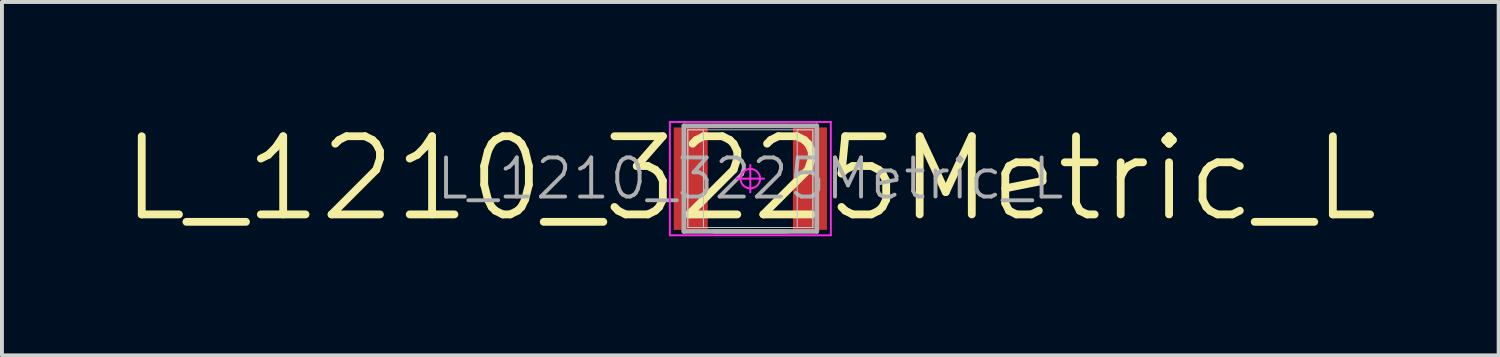
<source format=kicad_pcb>
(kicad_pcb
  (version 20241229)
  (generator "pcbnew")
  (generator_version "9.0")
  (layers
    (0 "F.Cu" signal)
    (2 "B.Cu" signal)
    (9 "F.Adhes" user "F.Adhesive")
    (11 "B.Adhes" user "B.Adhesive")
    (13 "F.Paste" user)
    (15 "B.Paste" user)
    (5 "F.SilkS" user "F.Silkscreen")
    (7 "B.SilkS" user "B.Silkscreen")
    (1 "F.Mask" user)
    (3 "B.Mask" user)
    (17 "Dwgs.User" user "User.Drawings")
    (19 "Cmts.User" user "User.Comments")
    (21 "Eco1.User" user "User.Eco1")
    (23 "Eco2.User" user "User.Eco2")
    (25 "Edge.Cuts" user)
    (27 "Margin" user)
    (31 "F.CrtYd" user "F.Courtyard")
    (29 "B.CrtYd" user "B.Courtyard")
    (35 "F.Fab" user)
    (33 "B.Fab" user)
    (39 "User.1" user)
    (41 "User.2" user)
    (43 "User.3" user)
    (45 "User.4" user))
  (footprint "L_1210_3225Metric_L"
    (layer "F.Cu")
    (at 16.148 1.521)
    (property "Reference" "L_1210_3225Metric_L" (at 0 0 0) (layer "F.Fab") (effects (font (size 1 1) (thickness 0.1))))
    (attr smd)
    (fp_line (start -0.94 -1.35) (end 0.94 -1.35) (stroke (width 0.1) (type solid)) (layer "F.SilkS"))
    (fp_line (start -0.94 1.35) (end 0.94 1.35) (stroke (width 0.1) (type solid)) (layer "F.SilkS"))
    (fp_line (start -1.6 -1.25) (end -1.2 -1.25) (stroke (width 0.025) (type solid)) (layer "Dwgs.User"))
    (fp_line (start -1.6 -1.25) (end 1.6 -1.25) (stroke (width 0.025) (type solid)) (layer "Dwgs.User"))
    (fp_line (start -1.6 1.25) (end -1.6 -1.25) (stroke (width 0.025) (type solid)) (layer "Dwgs.User"))
    (fp_line (start -1.6 1.25) (end -1.6 -1.25) (stroke (width 0.025) (type solid)) (layer "Dwgs.User"))
    (fp_line (start -1.2 -1.25) (end -1.2 1.25) (stroke (width 0.025) (type solid)) (layer "Dwgs.User"))
    (fp_line (start -1.2 1.25) (end -1.6 1.25) (stroke (width 0.025) (type solid)) (layer "Dwgs.User"))
    (fp_line (start 1.2 -1.25) (end 1.6 -1.25) (stroke (width 0.025) (type solid)) (layer "Dwgs.User"))
    (fp_line (start 1.2 1.25) (end 1.2 -1.25) (stroke (width 0.025) (type solid)) (layer "Dwgs.User"))
    (fp_line (start 1.6 -1.25) (end 1.6 1.25) (stroke (width 0.025) (type solid)) (layer "Dwgs.User"))
    (fp_line (start 1.6 -1.25) (end 1.6 1.25) (stroke (width 0.025) (type solid)) (layer "Dwgs.User"))
    (fp_line (start 1.6 1.25) (end -1.6 1.25) (stroke (width 0.025) (type solid)) (layer "Dwgs.User"))
    (fp_line (start 1.6 1.25) (end 1.2 1.25) (stroke (width 0.025) (type solid)) (layer "Dwgs.User"))
    (fp_line (start -2.06 -1.45) (end 2.06 -1.45) (stroke (width 0.05) (type solid)) (layer "F.CrtYd"))
    (fp_line (start -2.06 1.45) (end -2.06 -1.45) (stroke (width 0.05) (type solid)) (layer "F.CrtYd"))
    (fp_line (start 0 -0.35) (end 0 0.35) (stroke (width 0.05) (type solid)) (layer "F.CrtYd"))
    (fp_line (start 0.35 0) (end -0.35 0) (stroke (width 0.05) (type solid)) (layer "F.CrtYd"))
    (fp_line (start 2.06 -1.45) (end 2.06 1.45) (stroke (width 0.05) (type solid)) (layer "F.CrtYd"))
    (fp_line (start 2.06 1.45) (end -2.06 1.45) (stroke (width 0.05) (type solid)) (layer "F.CrtYd"))
    (fp_circle (center 0 0) (end 0 0.25) (stroke (width 0.05) (type solid)) (fill no) (layer "F.CrtYd"))
    (fp_line (start -1.7 -1.35) (end 1.7 -1.35) (stroke (width 0.12) (type solid)) (layer "F.Fab"))
    (fp_line (start -1.7 1.35) (end -1.7 -1.35) (stroke (width 0.12) (type solid)) (layer "F.Fab"))
    (fp_line (start 1.7 -1.35) (end 1.7 1.35) (stroke (width 0.12) (type solid)) (layer "F.Fab"))
    (fp_line (start 1.7 1.35) (end -1.7 1.35) (stroke (width 0.12) (type solid)) (layer "F.Fab"))
    (fp_text user "${REFERENCE}" (at 0 0 0) (layer "F.SilkS") (effects (font (size 2 2) (thickness 0.2))))
    (pad "1" smd rect (at -1.525 0) (size 0.87 2.62) (layers "F.Cu" "F.Mask" "F.Paste"))
    (pad "2" smd rect (at 1.525 0) (size 0.87 2.62) (layers "F.Cu" "F.Mask" "F.Paste")))
  (gr_rect
    (start -3 -3)
    (end 35.295 6.042)
    (stroke (width 0.1) (type default))
    (fill no)
    (layer "Edge.Cuts")))
</source>
